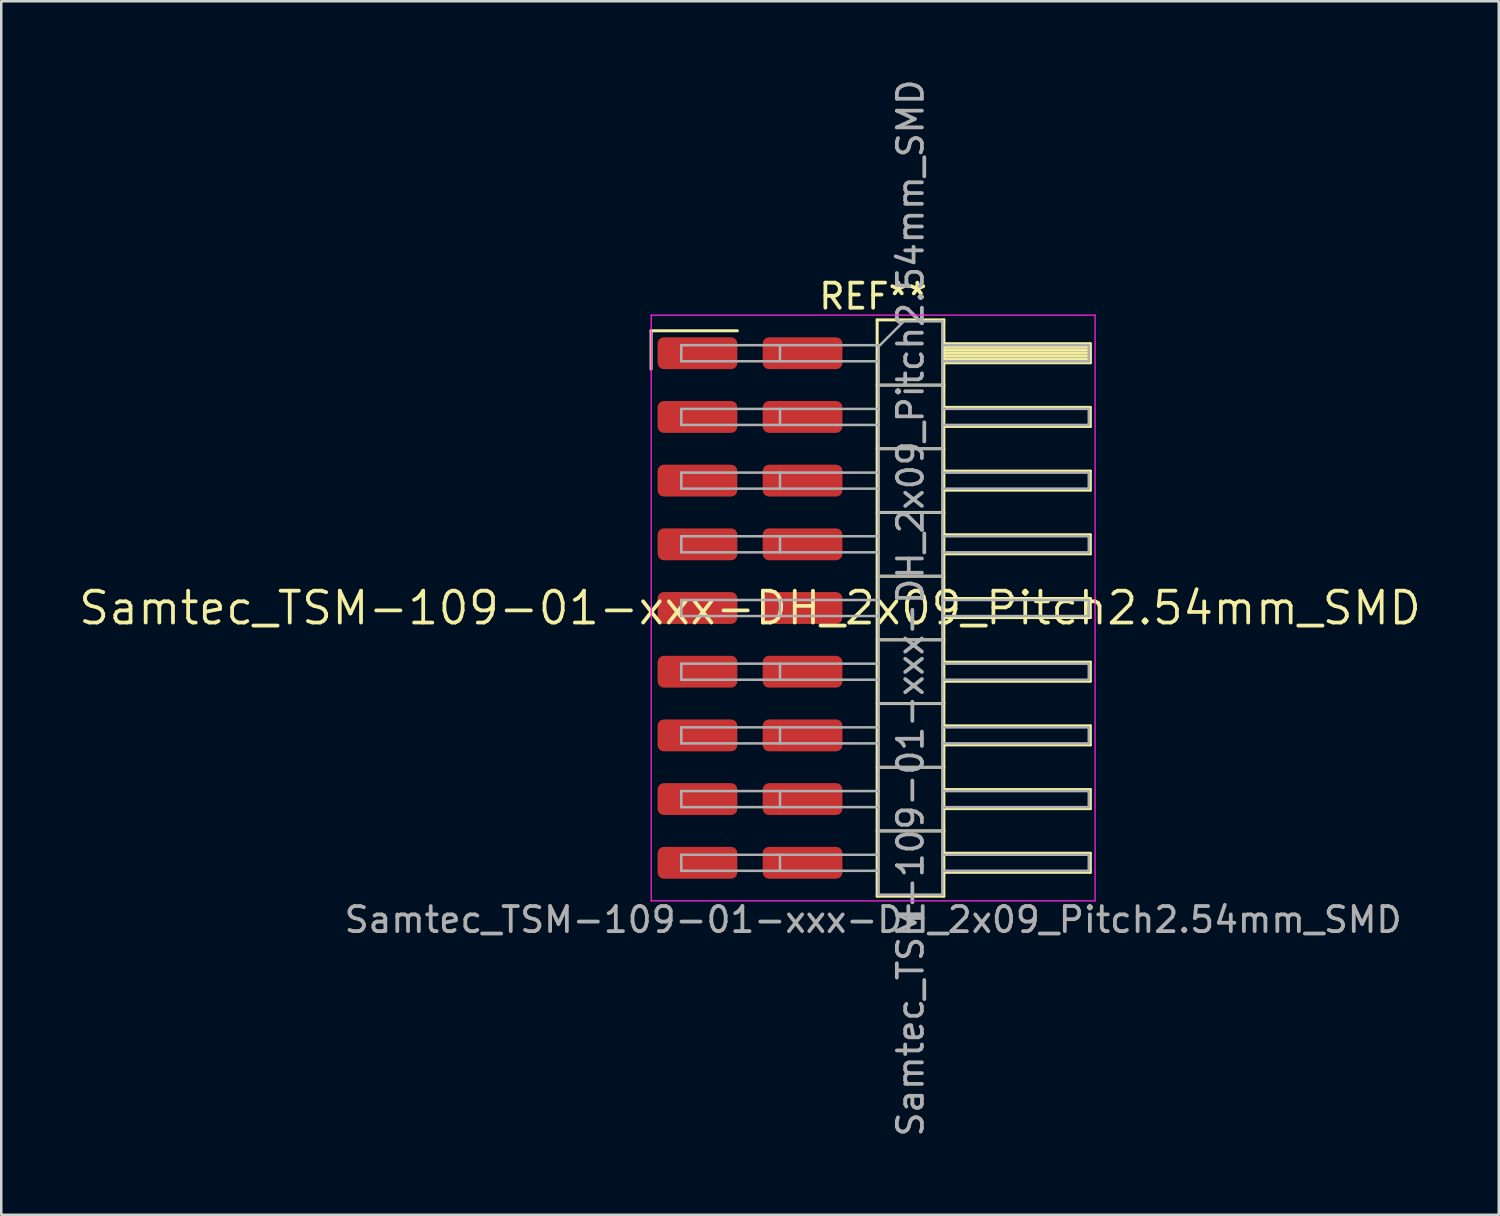
<source format=kicad_pcb>
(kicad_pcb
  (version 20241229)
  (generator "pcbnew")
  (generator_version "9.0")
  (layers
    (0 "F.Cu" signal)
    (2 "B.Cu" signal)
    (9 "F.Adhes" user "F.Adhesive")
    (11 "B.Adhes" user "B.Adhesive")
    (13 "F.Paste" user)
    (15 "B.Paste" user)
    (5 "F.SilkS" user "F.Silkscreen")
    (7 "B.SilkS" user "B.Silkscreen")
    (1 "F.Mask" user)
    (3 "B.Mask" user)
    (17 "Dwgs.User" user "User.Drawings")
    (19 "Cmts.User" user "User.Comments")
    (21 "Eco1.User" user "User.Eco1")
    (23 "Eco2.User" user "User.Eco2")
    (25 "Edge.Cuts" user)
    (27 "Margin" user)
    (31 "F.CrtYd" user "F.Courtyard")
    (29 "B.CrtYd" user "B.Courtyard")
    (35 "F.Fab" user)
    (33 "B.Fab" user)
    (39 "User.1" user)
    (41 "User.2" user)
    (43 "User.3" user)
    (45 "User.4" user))
  (footprint "Samtec_TSM-109-01-xxx-DH_2x09_Pitch2.54mm_SMD"
    (layer "F.Cu")
    (at 26.859 21.196)
    (property "Reference" "Samtec_TSM-109-01-xxx-DH_2x09_Pitch2.54mm_SMD" (at 0 0 0) (layer "F.SilkS") (effects (font (size 1.27 1.27) (thickness 0.15))))
    (attr smd)
    (fp_line (start -3.945 -11.055) (end -0.505 -11.055) (stroke (width 0.12) (type solid)) (layer "F.SilkS"))
    (fp_line (start -3.945 -9.525) (end -3.945 -11.055) (stroke (width 0.12) (type solid)) (layer "F.SilkS"))
    (fp_line (start 5.07 -11.49) (end 7.73 -11.49) (stroke (width 0.12) (type solid)) (layer "F.SilkS"))
    (fp_line (start 5.07 -8.89) (end 7.73 -8.89) (stroke (width 0.12) (type solid)) (layer "F.SilkS"))
    (fp_line (start 5.07 -6.35) (end 7.73 -6.35) (stroke (width 0.12) (type solid)) (layer "F.SilkS"))
    (fp_line (start 5.07 -3.81) (end 7.73 -3.81) (stroke (width 0.12) (type solid)) (layer "F.SilkS"))
    (fp_line (start 5.07 -1.27) (end 7.73 -1.27) (stroke (width 0.12) (type solid)) (layer "F.SilkS"))
    (fp_line (start 5.07 1.27) (end 7.73 1.27) (stroke (width 0.12) (type solid)) (layer "F.SilkS"))
    (fp_line (start 5.07 3.81) (end 7.73 3.81) (stroke (width 0.12) (type solid)) (layer "F.SilkS"))
    (fp_line (start 5.07 6.35) (end 7.73 6.35) (stroke (width 0.12) (type solid)) (layer "F.SilkS"))
    (fp_line (start 5.07 8.89) (end 7.73 8.89) (stroke (width 0.12) (type solid)) (layer "F.SilkS"))
    (fp_line (start 5.07 11.49) (end 5.07 -11.49) (stroke (width 0.12) (type solid)) (layer "F.SilkS"))
    (fp_line (start 7.73 -11.49) (end 7.73 11.49) (stroke (width 0.12) (type solid)) (layer "F.SilkS"))
    (fp_line (start 7.73 -10.54) (end 13.57 -10.54) (stroke (width 0.12) (type solid)) (layer "F.SilkS"))
    (fp_line (start 7.73 -10.42) (end 13.57 -10.42) (stroke (width 0.12) (type solid)) (layer "F.SilkS"))
    (fp_line (start 7.73 -10.3) (end 13.57 -10.3) (stroke (width 0.12) (type solid)) (layer "F.SilkS"))
    (fp_line (start 7.73 -10.18) (end 13.57 -10.18) (stroke (width 0.12) (type solid)) (layer "F.SilkS"))
    (fp_line (start 7.73 -10.06) (end 13.57 -10.06) (stroke (width 0.12) (type solid)) (layer "F.SilkS"))
    (fp_line (start 7.73 -9.94) (end 13.57 -9.94) (stroke (width 0.12) (type solid)) (layer "F.SilkS"))
    (fp_line (start 7.73 -9.82) (end 13.57 -9.82) (stroke (width 0.12) (type solid)) (layer "F.SilkS"))
    (fp_line (start 7.73 -9.78) (end 13.57 -9.78) (stroke (width 0.12) (type solid)) (layer "F.SilkS"))
    (fp_line (start 7.73 -8) (end 13.57 -8) (stroke (width 0.12) (type solid)) (layer "F.SilkS"))
    (fp_line (start 7.73 -7.24) (end 13.57 -7.24) (stroke (width 0.12) (type solid)) (layer "F.SilkS"))
    (fp_line (start 7.73 -5.46) (end 13.57 -5.46) (stroke (width 0.12) (type solid)) (layer "F.SilkS"))
    (fp_line (start 7.73 -4.7) (end 13.57 -4.7) (stroke (width 0.12) (type solid)) (layer "F.SilkS"))
    (fp_line (start 7.73 -2.92) (end 13.57 -2.92) (stroke (width 0.12) (type solid)) (layer "F.SilkS"))
    (fp_line (start 7.73 -2.16) (end 13.57 -2.16) (stroke (width 0.12) (type solid)) (layer "F.SilkS"))
    (fp_line (start 7.73 -0.38) (end 13.57 -0.38) (stroke (width 0.12) (type solid)) (layer "F.SilkS"))
    (fp_line (start 7.73 0.38) (end 13.57 0.38) (stroke (width 0.12) (type solid)) (layer "F.SilkS"))
    (fp_line (start 7.73 2.16) (end 13.57 2.16) (stroke (width 0.12) (type solid)) (layer "F.SilkS"))
    (fp_line (start 7.73 2.92) (end 13.57 2.92) (stroke (width 0.12) (type solid)) (layer "F.SilkS"))
    (fp_line (start 7.73 4.7) (end 13.57 4.7) (stroke (width 0.12) (type solid)) (layer "F.SilkS"))
    (fp_line (start 7.73 5.46) (end 13.57 5.46) (stroke (width 0.12) (type solid)) (layer "F.SilkS"))
    (fp_line (start 7.73 7.24) (end 13.57 7.24) (stroke (width 0.12) (type solid)) (layer "F.SilkS"))
    (fp_line (start 7.73 8) (end 13.57 8) (stroke (width 0.12) (type solid)) (layer "F.SilkS"))
    (fp_line (start 7.73 9.78) (end 13.57 9.78) (stroke (width 0.12) (type solid)) (layer "F.SilkS"))
    (fp_line (start 7.73 10.54) (end 13.57 10.54) (stroke (width 0.12) (type solid)) (layer "F.SilkS"))
    (fp_line (start 7.73 11.49) (end 5.07 11.49) (stroke (width 0.12) (type solid)) (layer "F.SilkS"))
    (fp_line (start 13.57 -10.54) (end 13.57 -9.78) (stroke (width 0.12) (type solid)) (layer "F.SilkS"))
    (fp_line (start 13.57 -8) (end 13.57 -7.24) (stroke (width 0.12) (type solid)) (layer "F.SilkS"))
    (fp_line (start 13.57 -5.46) (end 13.57 -4.7) (stroke (width 0.12) (type solid)) (layer "F.SilkS"))
    (fp_line (start 13.57 -2.92) (end 13.57 -2.16) (stroke (width 0.12) (type solid)) (layer "F.SilkS"))
    (fp_line (start 13.57 -0.38) (end 13.57 0.38) (stroke (width 0.12) (type solid)) (layer "F.SilkS"))
    (fp_line (start 13.57 2.16) (end 13.57 2.92) (stroke (width 0.12) (type solid)) (layer "F.SilkS"))
    (fp_line (start 13.57 4.7) (end 13.57 5.46) (stroke (width 0.12) (type solid)) (layer "F.SilkS"))
    (fp_line (start 13.57 7.24) (end 13.57 8) (stroke (width 0.12) (type solid)) (layer "F.SilkS"))
    (fp_line (start 13.57 9.78) (end 13.57 10.54) (stroke (width 0.12) (type solid)) (layer "F.SilkS"))
    (fp_line (start -3.94 -11.68) (end 13.76 -11.68) (stroke (width 0.05) (type solid)) (layer "F.CrtYd"))
    (fp_line (start -3.94 11.68) (end -3.94 -11.68) (stroke (width 0.05) (type solid)) (layer "F.CrtYd"))
    (fp_line (start 13.76 -11.68) (end 13.76 11.68) (stroke (width 0.05) (type solid)) (layer "F.CrtYd"))
    (fp_line (start 13.76 11.68) (end -3.94 11.68) (stroke (width 0.05) (type solid)) (layer "F.CrtYd"))
    (fp_line (start -2.74 -10.48) (end -2.74 -9.84) (stroke (width 0.1) (type solid)) (layer "F.Fab"))
    (fp_line (start -2.74 -10.48) (end 5.13 -10.48) (stroke (width 0.1) (type solid)) (layer "F.Fab"))
    (fp_line (start -2.74 -9.84) (end 5.13 -9.84) (stroke (width 0.1) (type solid)) (layer "F.Fab"))
    (fp_line (start -2.74 -7.94) (end -2.74 -7.3) (stroke (width 0.1) (type solid)) (layer "F.Fab"))
    (fp_line (start -2.74 -7.94) (end 5.13 -7.94) (stroke (width 0.1) (type solid)) (layer "F.Fab"))
    (fp_line (start -2.74 -7.3) (end 5.13 -7.3) (stroke (width 0.1) (type solid)) (layer "F.Fab"))
    (fp_line (start -2.74 -5.4) (end -2.74 -4.76) (stroke (width 0.1) (type solid)) (layer "F.Fab"))
    (fp_line (start -2.74 -5.4) (end 5.13 -5.4) (stroke (width 0.1) (type solid)) (layer "F.Fab"))
    (fp_line (start -2.74 -4.76) (end 5.13 -4.76) (stroke (width 0.1) (type solid)) (layer "F.Fab"))
    (fp_line (start -2.74 -2.86) (end -2.74 -2.22) (stroke (width 0.1) (type solid)) (layer "F.Fab"))
    (fp_line (start -2.74 -2.86) (end 5.13 -2.86) (stroke (width 0.1) (type solid)) (layer "F.Fab"))
    (fp_line (start -2.74 -2.22) (end 5.13 -2.22) (stroke (width 0.1) (type solid)) (layer "F.Fab"))
    (fp_line (start -2.74 -0.32) (end -2.74 0.32) (stroke (width 0.1) (type solid)) (layer "F.Fab"))
    (fp_line (start -2.74 -0.32) (end 5.13 -0.32) (stroke (width 0.1) (type solid)) (layer "F.Fab"))
    (fp_line (start -2.74 0.32) (end 5.13 0.32) (stroke (width 0.1) (type solid)) (layer "F.Fab"))
    (fp_line (start -2.74 2.22) (end -2.74 2.86) (stroke (width 0.1) (type solid)) (layer "F.Fab"))
    (fp_line (start -2.74 2.22) (end 5.13 2.22) (stroke (width 0.1) (type solid)) (layer "F.Fab"))
    (fp_line (start -2.74 2.86) (end 5.13 2.86) (stroke (width 0.1) (type solid)) (layer "F.Fab"))
    (fp_line (start -2.74 4.76) (end -2.74 5.4) (stroke (width 0.1) (type solid)) (layer "F.Fab"))
    (fp_line (start -2.74 4.76) (end 5.13 4.76) (stroke (width 0.1) (type solid)) (layer "F.Fab"))
    (fp_line (start -2.74 5.4) (end 5.13 5.4) (stroke (width 0.1) (type solid)) (layer "F.Fab"))
    (fp_line (start -2.74 7.3) (end -2.74 7.94) (stroke (width 0.1) (type solid)) (layer "F.Fab"))
    (fp_line (start -2.74 7.3) (end 5.13 7.3) (stroke (width 0.1) (type solid)) (layer "F.Fab"))
    (fp_line (start -2.74 7.94) (end 5.13 7.94) (stroke (width 0.1) (type solid)) (layer "F.Fab"))
    (fp_line (start -2.74 9.84) (end -2.74 10.48) (stroke (width 0.1) (type solid)) (layer "F.Fab"))
    (fp_line (start -2.74 9.84) (end 5.13 9.84) (stroke (width 0.1) (type solid)) (layer "F.Fab"))
    (fp_line (start -2.74 10.48) (end 5.13 10.48) (stroke (width 0.1) (type solid)) (layer "F.Fab"))
    (fp_line (start 1.195 -10.48) (end 1.195 -9.84) (stroke (width 0.1) (type solid)) (layer "F.Fab"))
    (fp_line (start 1.195 -7.94) (end 1.195 -7.3) (stroke (width 0.1) (type solid)) (layer "F.Fab"))
    (fp_line (start 1.195 -5.4) (end 1.195 -4.76) (stroke (width 0.1) (type solid)) (layer "F.Fab"))
    (fp_line (start 1.195 -2.86) (end 1.195 -2.22) (stroke (width 0.1) (type solid)) (layer "F.Fab"))
    (fp_line (start 1.195 -0.32) (end 1.195 0.32) (stroke (width 0.1) (type solid)) (layer "F.Fab"))
    (fp_line (start 1.195 2.22) (end 1.195 2.86) (stroke (width 0.1) (type solid)) (layer "F.Fab"))
    (fp_line (start 1.195 4.76) (end 1.195 5.4) (stroke (width 0.1) (type solid)) (layer "F.Fab"))
    (fp_line (start 1.195 7.3) (end 1.195 7.94) (stroke (width 0.1) (type solid)) (layer "F.Fab"))
    (fp_line (start 1.195 9.84) (end 1.195 10.48) (stroke (width 0.1) (type solid)) (layer "F.Fab"))
    (fp_line (start 5.13 -10.43) (end 6.13 -11.43) (stroke (width 0.1) (type solid)) (layer "F.Fab"))
    (fp_line (start 5.13 -8.89) (end 7.67 -8.89) (stroke (width 0.1) (type solid)) (layer "F.Fab"))
    (fp_line (start 5.13 -6.35) (end 7.67 -6.35) (stroke (width 0.1) (type solid)) (layer "F.Fab"))
    (fp_line (start 5.13 -3.81) (end 7.67 -3.81) (stroke (width 0.1) (type solid)) (layer "F.Fab"))
    (fp_line (start 5.13 -1.27) (end 7.67 -1.27) (stroke (width 0.1) (type solid)) (layer "F.Fab"))
    (fp_line (start 5.13 1.27) (end 7.67 1.27) (stroke (width 0.1) (type solid)) (layer "F.Fab"))
    (fp_line (start 5.13 3.81) (end 7.67 3.81) (stroke (width 0.1) (type solid)) (layer "F.Fab"))
    (fp_line (start 5.13 6.35) (end 7.67 6.35) (stroke (width 0.1) (type solid)) (layer "F.Fab"))
    (fp_line (start 5.13 8.89) (end 7.67 8.89) (stroke (width 0.1) (type solid)) (layer "F.Fab"))
    (fp_line (start 5.13 11.43) (end 5.13 -10.43) (stroke (width 0.1) (type solid)) (layer "F.Fab"))
    (fp_line (start 6.13 -11.43) (end 7.67 -11.43) (stroke (width 0.1) (type solid)) (layer "F.Fab"))
    (fp_line (start 7.67 -11.43) (end 7.67 11.43) (stroke (width 0.1) (type solid)) (layer "F.Fab"))
    (fp_line (start 7.67 -10.48) (end 13.51 -10.48) (stroke (width 0.1) (type solid)) (layer "F.Fab"))
    (fp_line (start 7.67 -9.84) (end 13.51 -9.84) (stroke (width 0.1) (type solid)) (layer "F.Fab"))
    (fp_line (start 7.67 -7.94) (end 13.51 -7.94) (stroke (width 0.1) (type solid)) (layer "F.Fab"))
    (fp_line (start 7.67 -7.3) (end 13.51 -7.3) (stroke (width 0.1) (type solid)) (layer "F.Fab"))
    (fp_line (start 7.67 -5.4) (end 13.51 -5.4) (stroke (width 0.1) (type solid)) (layer "F.Fab"))
    (fp_line (start 7.67 -4.76) (end 13.51 -4.76) (stroke (width 0.1) (type solid)) (layer "F.Fab"))
    (fp_line (start 7.67 -2.86) (end 13.51 -2.86) (stroke (width 0.1) (type solid)) (layer "F.Fab"))
    (fp_line (start 7.67 -2.22) (end 13.51 -2.22) (stroke (width 0.1) (type solid)) (layer "F.Fab"))
    (fp_line (start 7.67 -0.32) (end 13.51 -0.32) (stroke (width 0.1) (type solid)) (layer "F.Fab"))
    (fp_line (start 7.67 0.32) (end 13.51 0.32) (stroke (width 0.1) (type solid)) (layer "F.Fab"))
    (fp_line (start 7.67 2.22) (end 13.51 2.22) (stroke (width 0.1) (type solid)) (layer "F.Fab"))
    (fp_line (start 7.67 2.86) (end 13.51 2.86) (stroke (width 0.1) (type solid)) (layer "F.Fab"))
    (fp_line (start 7.67 4.76) (end 13.51 4.76) (stroke (width 0.1) (type solid)) (layer "F.Fab"))
    (fp_line (start 7.67 5.4) (end 13.51 5.4) (stroke (width 0.1) (type solid)) (layer "F.Fab"))
    (fp_line (start 7.67 7.3) (end 13.51 7.3) (stroke (width 0.1) (type solid)) (layer "F.Fab"))
    (fp_line (start 7.67 7.94) (end 13.51 7.94) (stroke (width 0.1) (type solid)) (layer "F.Fab"))
    (fp_line (start 7.67 9.84) (end 13.51 9.84) (stroke (width 0.1) (type solid)) (layer "F.Fab"))
    (fp_line (start 7.67 10.48) (end 13.51 10.48) (stroke (width 0.1) (type solid)) (layer "F.Fab"))
    (fp_line (start 7.67 11.43) (end 5.13 11.43) (stroke (width 0.1) (type solid)) (layer "F.Fab"))
    (fp_line (start 13.51 -10.48) (end 13.51 -9.84) (stroke (width 0.1) (type solid)) (layer "F.Fab"))
    (fp_line (start 13.51 -7.94) (end 13.51 -7.3) (stroke (width 0.1) (type solid)) (layer "F.Fab"))
    (fp_line (start 13.51 -5.4) (end 13.51 -4.76) (stroke (width 0.1) (type solid)) (layer "F.Fab"))
    (fp_line (start 13.51 -2.86) (end 13.51 -2.22) (stroke (width 0.1) (type solid)) (layer "F.Fab"))
    (fp_line (start 13.51 -0.32) (end 13.51 0.32) (stroke (width 0.1) (type solid)) (layer "F.Fab"))
    (fp_line (start 13.51 2.22) (end 13.51 2.86) (stroke (width 0.1) (type solid)) (layer "F.Fab"))
    (fp_line (start 13.51 4.76) (end 13.51 5.4) (stroke (width 0.1) (type solid)) (layer "F.Fab"))
    (fp_line (start 13.51 7.3) (end 13.51 7.94) (stroke (width 0.1) (type solid)) (layer "F.Fab"))
    (fp_line (start 13.51 9.84) (end 13.51 10.48) (stroke (width 0.1) (type solid)) (layer "F.Fab"))
    (fp_text user "REF**" (at 4.91 -12.43 0) (layer "F.SilkS") (effects (font (size 1 1) (thickness 0.15))))
    (fp_text user "${REFERENCE}" (at 6.4 0 90) (layer "F.Fab") (effects (font (size 1 1) (thickness 0.15))))
    (fp_text user "Samtec_TSM-109-01-xxx-DH_2x09_Pitch2.54mm_SMD" (at 4.91 12.43 0) (layer "F.Fab") (effects (font (size 1 1) (thickness 0.15))))
    (pad "1" smd roundrect (at -2.095 -10.16) (size 3.18 1.27) (layers "F.Cu" "F.Mask" "F.Paste") (roundrect_rratio 0.197))
    (pad "2" smd roundrect (at 2.095 -10.16) (size 3.18 1.27) (layers "F.Cu" "F.Mask" "F.Paste") (roundrect_rratio 0.197))
    (pad "3" smd roundrect (at -2.095 -7.62) (size 3.18 1.27) (layers "F.Cu" "F.Mask" "F.Paste") (roundrect_rratio 0.197))
    (pad "4" smd roundrect (at 2.095 -7.62) (size 3.18 1.27) (layers "F.Cu" "F.Mask" "F.Paste") (roundrect_rratio 0.197))
    (pad "5" smd roundrect (at -2.095 -5.08) (size 3.18 1.27) (layers "F.Cu" "F.Mask" "F.Paste") (roundrect_rratio 0.197))
    (pad "6" smd roundrect (at 2.095 -5.08) (size 3.18 1.27) (layers "F.Cu" "F.Mask" "F.Paste") (roundrect_rratio 0.197))
    (pad "7" smd roundrect (at -2.095 -2.54) (size 3.18 1.27) (layers "F.Cu" "F.Mask" "F.Paste") (roundrect_rratio 0.197))
    (pad "8" smd roundrect (at 2.095 -2.54) (size 3.18 1.27) (layers "F.Cu" "F.Mask" "F.Paste") (roundrect_rratio 0.197))
    (pad "9" smd roundrect (at -2.095 0) (size 3.18 1.27) (layers "F.Cu" "F.Mask" "F.Paste") (roundrect_rratio 0.197))
    (pad "10" smd roundrect (at 2.095 0) (size 3.18 1.27) (layers "F.Cu" "F.Mask" "F.Paste") (roundrect_rratio 0.197))
    (pad "11" smd roundrect (at -2.095 2.54) (size 3.18 1.27) (layers "F.Cu" "F.Mask" "F.Paste") (roundrect_rratio 0.197))
    (pad "12" smd roundrect (at 2.095 2.54) (size 3.18 1.27) (layers "F.Cu" "F.Mask" "F.Paste") (roundrect_rratio 0.197))
    (pad "13" smd roundrect (at -2.095 5.08) (size 3.18 1.27) (layers "F.Cu" "F.Mask" "F.Paste") (roundrect_rratio 0.197))
    (pad "14" smd roundrect (at 2.095 5.08) (size 3.18 1.27) (layers "F.Cu" "F.Mask" "F.Paste") (roundrect_rratio 0.197))
    (pad "15" smd roundrect (at -2.095 7.62) (size 3.18 1.27) (layers "F.Cu" "F.Mask" "F.Paste") (roundrect_rratio 0.197))
    (pad "16" smd roundrect (at 2.095 7.62) (size 3.18 1.27) (layers "F.Cu" "F.Mask" "F.Paste") (roundrect_rratio 0.197))
    (pad "17" smd roundrect (at -2.095 10.16) (size 3.18 1.27) (layers "F.Cu" "F.Mask" "F.Paste") (roundrect_rratio 0.197))
    (pad "18" smd roundrect (at 2.095 10.16) (size 3.18 1.27) (layers "F.Cu" "F.Mask" "F.Paste") (roundrect_rratio 0.197)))
  (gr_rect
    (start -3 -3)
    (end 56.717 45.393)
    (stroke (width 0.1) (type default))
    (fill no)
    (layer "Edge.Cuts")))
</source>
